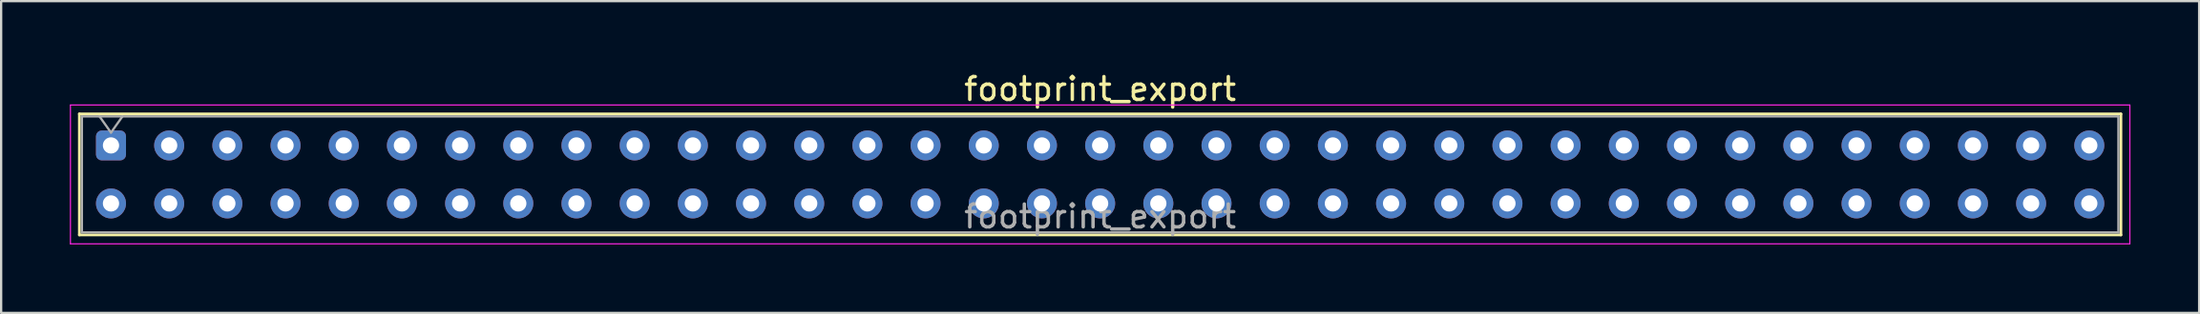
<source format=kicad_pcb>
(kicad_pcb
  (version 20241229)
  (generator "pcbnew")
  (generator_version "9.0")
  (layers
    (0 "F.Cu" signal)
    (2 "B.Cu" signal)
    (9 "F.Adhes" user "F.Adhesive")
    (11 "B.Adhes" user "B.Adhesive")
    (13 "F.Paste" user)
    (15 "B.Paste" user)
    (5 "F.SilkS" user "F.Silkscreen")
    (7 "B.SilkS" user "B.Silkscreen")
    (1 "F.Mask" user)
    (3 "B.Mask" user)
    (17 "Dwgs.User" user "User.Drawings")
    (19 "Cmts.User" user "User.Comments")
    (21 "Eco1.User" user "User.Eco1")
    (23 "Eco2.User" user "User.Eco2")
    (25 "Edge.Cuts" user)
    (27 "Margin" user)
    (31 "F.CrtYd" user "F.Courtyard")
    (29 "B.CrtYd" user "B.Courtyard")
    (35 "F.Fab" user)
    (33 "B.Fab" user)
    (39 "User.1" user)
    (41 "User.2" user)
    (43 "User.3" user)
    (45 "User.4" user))
  (footprint "footprint_export"
    (layer "F.Cu")
    (at 1.795 3.318)
    (property "Reference" "footprint_export" (at 43.18 -2.47 0) (layer "F.SilkS") (effects (font (size 1 1) (thickness 0.15))))
    (attr through_hole)
    (fp_line (start -1.38 -1.38) (end 87.74 -1.38) (stroke (width 0.12) (type solid)) (layer "F.SilkS"))
    (fp_line (start -1.38 3.92) (end -1.38 -1.38) (stroke (width 0.12) (type solid)) (layer "F.SilkS"))
    (fp_line (start 87.74 -1.38) (end 87.74 3.92) (stroke (width 0.12) (type solid)) (layer "F.SilkS"))
    (fp_line (start 87.74 3.92) (end -1.38 3.92) (stroke (width 0.12) (type solid)) (layer "F.SilkS"))
    (fp_line (start -1.77 -1.77) (end 88.13 -1.77) (stroke (width 0.05) (type solid)) (layer "F.CrtYd"))
    (fp_line (start -1.77 4.31) (end -1.77 -1.77) (stroke (width 0.05) (type solid)) (layer "F.CrtYd"))
    (fp_line (start 88.13 -1.77) (end 88.13 4.31) (stroke (width 0.05) (type solid)) (layer "F.CrtYd"))
    (fp_line (start 88.13 4.31) (end -1.77 4.31) (stroke (width 0.05) (type solid)) (layer "F.CrtYd"))
    (fp_line (start -1.27 -1.27) (end 87.63 -1.27) (stroke (width 0.1) (type solid)) (layer "F.Fab"))
    (fp_line (start -1.27 3.81) (end -1.27 -1.27) (stroke (width 0.1) (type solid)) (layer "F.Fab"))
    (fp_line (start -0.5 -1.27) (end 0 -0.563) (stroke (width 0.1) (type solid)) (layer "F.Fab"))
    (fp_line (start 0 -0.563) (end 0.5 -1.27) (stroke (width 0.1) (type solid)) (layer "F.Fab"))
    (fp_line (start 87.63 -1.27) (end 87.63 3.81) (stroke (width 0.1) (type solid)) (layer "F.Fab"))
    (fp_line (start 87.63 3.81) (end -1.27 3.81) (stroke (width 0.1) (type solid)) (layer "F.Fab"))
    (fp_text user "${REFERENCE}" (at 43.18 3.11 0) (layer "F.Fab") (effects (font (size 1 1) (thickness 0.15))))
    (pad "1" thru_hole roundrect (at 0 0) (size 1.31 1.31) (drill 0.71) (layers "*.Cu" "*.Mask") (roundrect_rratio 0.191))
    (pad "2" thru_hole circle (at 0 2.54) (size 1.31 1.31) (drill 0.71) (layers "*.Cu" "*.Mask"))
    (pad "3" thru_hole circle (at 2.54 0) (size 1.31 1.31) (drill 0.71) (layers "*.Cu" "*.Mask"))
    (pad "4" thru_hole circle (at 2.54 2.54) (size 1.31 1.31) (drill 0.71) (layers "*.Cu" "*.Mask"))
    (pad "5" thru_hole circle (at 5.08 0) (size 1.31 1.31) (drill 0.71) (layers "*.Cu" "*.Mask"))
    (pad "6" thru_hole circle (at 5.08 2.54) (size 1.31 1.31) (drill 0.71) (layers "*.Cu" "*.Mask"))
    (pad "7" thru_hole circle (at 7.62 0) (size 1.31 1.31) (drill 0.71) (layers "*.Cu" "*.Mask"))
    (pad "8" thru_hole circle (at 7.62 2.54) (size 1.31 1.31) (drill 0.71) (layers "*.Cu" "*.Mask"))
    (pad "9" thru_hole circle (at 10.16 0) (size 1.31 1.31) (drill 0.71) (layers "*.Cu" "*.Mask"))
    (pad "10" thru_hole circle (at 10.16 2.54) (size 1.31 1.31) (drill 0.71) (layers "*.Cu" "*.Mask"))
    (pad "11" thru_hole circle (at 12.7 0) (size 1.31 1.31) (drill 0.71) (layers "*.Cu" "*.Mask"))
    (pad "12" thru_hole circle (at 12.7 2.54) (size 1.31 1.31) (drill 0.71) (layers "*.Cu" "*.Mask"))
    (pad "13" thru_hole circle (at 15.24 0) (size 1.31 1.31) (drill 0.71) (layers "*.Cu" "*.Mask"))
    (pad "14" thru_hole circle (at 15.24 2.54) (size 1.31 1.31) (drill 0.71) (layers "*.Cu" "*.Mask"))
    (pad "15" thru_hole circle (at 17.78 0) (size 1.31 1.31) (drill 0.71) (layers "*.Cu" "*.Mask"))
    (pad "16" thru_hole circle (at 17.78 2.54) (size 1.31 1.31) (drill 0.71) (layers "*.Cu" "*.Mask"))
    (pad "17" thru_hole circle (at 20.32 0) (size 1.31 1.31) (drill 0.71) (layers "*.Cu" "*.Mask"))
    (pad "18" thru_hole circle (at 20.32 2.54) (size 1.31 1.31) (drill 0.71) (layers "*.Cu" "*.Mask"))
    (pad "19" thru_hole circle (at 22.86 0) (size 1.31 1.31) (drill 0.71) (layers "*.Cu" "*.Mask"))
    (pad "20" thru_hole circle (at 22.86 2.54) (size 1.31 1.31) (drill 0.71) (layers "*.Cu" "*.Mask"))
    (pad "21" thru_hole circle (at 25.4 0) (size 1.31 1.31) (drill 0.71) (layers "*.Cu" "*.Mask"))
    (pad "22" thru_hole circle (at 25.4 2.54) (size 1.31 1.31) (drill 0.71) (layers "*.Cu" "*.Mask"))
    (pad "23" thru_hole circle (at 27.94 0) (size 1.31 1.31) (drill 0.71) (layers "*.Cu" "*.Mask"))
    (pad "24" thru_hole circle (at 27.94 2.54) (size 1.31 1.31) (drill 0.71) (layers "*.Cu" "*.Mask"))
    (pad "25" thru_hole circle (at 30.48 0) (size 1.31 1.31) (drill 0.71) (layers "*.Cu" "*.Mask"))
    (pad "26" thru_hole circle (at 30.48 2.54) (size 1.31 1.31) (drill 0.71) (layers "*.Cu" "*.Mask"))
    (pad "27" thru_hole circle (at 33.02 0) (size 1.31 1.31) (drill 0.71) (layers "*.Cu" "*.Mask"))
    (pad "28" thru_hole circle (at 33.02 2.54) (size 1.31 1.31) (drill 0.71) (layers "*.Cu" "*.Mask"))
    (pad "29" thru_hole circle (at 35.56 0) (size 1.31 1.31) (drill 0.71) (layers "*.Cu" "*.Mask"))
    (pad "30" thru_hole circle (at 35.56 2.54) (size 1.31 1.31) (drill 0.71) (layers "*.Cu" "*.Mask"))
    (pad "31" thru_hole circle (at 38.1 0) (size 1.31 1.31) (drill 0.71) (layers "*.Cu" "*.Mask"))
    (pad "32" thru_hole circle (at 38.1 2.54) (size 1.31 1.31) (drill 0.71) (layers "*.Cu" "*.Mask"))
    (pad "33" thru_hole circle (at 40.64 0) (size 1.31 1.31) (drill 0.71) (layers "*.Cu" "*.Mask"))
    (pad "34" thru_hole circle (at 40.64 2.54) (size 1.31 1.31) (drill 0.71) (layers "*.Cu" "*.Mask"))
    (pad "35" thru_hole circle (at 43.18 0) (size 1.31 1.31) (drill 0.71) (layers "*.Cu" "*.Mask"))
    (pad "36" thru_hole circle (at 43.18 2.54) (size 1.31 1.31) (drill 0.71) (layers "*.Cu" "*.Mask"))
    (pad "37" thru_hole circle (at 45.72 0) (size 1.31 1.31) (drill 0.71) (layers "*.Cu" "*.Mask"))
    (pad "38" thru_hole circle (at 45.72 2.54) (size 1.31 1.31) (drill 0.71) (layers "*.Cu" "*.Mask"))
    (pad "39" thru_hole circle (at 48.26 0) (size 1.31 1.31) (drill 0.71) (layers "*.Cu" "*.Mask"))
    (pad "40" thru_hole circle (at 48.26 2.54) (size 1.31 1.31) (drill 0.71) (layers "*.Cu" "*.Mask"))
    (pad "41" thru_hole circle (at 50.8 0) (size 1.31 1.31) (drill 0.71) (layers "*.Cu" "*.Mask"))
    (pad "42" thru_hole circle (at 50.8 2.54) (size 1.31 1.31) (drill 0.71) (layers "*.Cu" "*.Mask"))
    (pad "43" thru_hole circle (at 53.34 0) (size 1.31 1.31) (drill 0.71) (layers "*.Cu" "*.Mask"))
    (pad "44" thru_hole circle (at 53.34 2.54) (size 1.31 1.31) (drill 0.71) (layers "*.Cu" "*.Mask"))
    (pad "45" thru_hole circle (at 55.88 0) (size 1.31 1.31) (drill 0.71) (layers "*.Cu" "*.Mask"))
    (pad "46" thru_hole circle (at 55.88 2.54) (size 1.31 1.31) (drill 0.71) (layers "*.Cu" "*.Mask"))
    (pad "47" thru_hole circle (at 58.42 0) (size 1.31 1.31) (drill 0.71) (layers "*.Cu" "*.Mask"))
    (pad "48" thru_hole circle (at 58.42 2.54) (size 1.31 1.31) (drill 0.71) (layers "*.Cu" "*.Mask"))
    (pad "49" thru_hole circle (at 60.96 0) (size 1.31 1.31) (drill 0.71) (layers "*.Cu" "*.Mask"))
    (pad "50" thru_hole circle (at 60.96 2.54) (size 1.31 1.31) (drill 0.71) (layers "*.Cu" "*.Mask"))
    (pad "51" thru_hole circle (at 63.5 0) (size 1.31 1.31) (drill 0.71) (layers "*.Cu" "*.Mask"))
    (pad "52" thru_hole circle (at 63.5 2.54) (size 1.31 1.31) (drill 0.71) (layers "*.Cu" "*.Mask"))
    (pad "53" thru_hole circle (at 66.04 0) (size 1.31 1.31) (drill 0.71) (layers "*.Cu" "*.Mask"))
    (pad "54" thru_hole circle (at 66.04 2.54) (size 1.31 1.31) (drill 0.71) (layers "*.Cu" "*.Mask"))
    (pad "55" thru_hole circle (at 68.58 0) (size 1.31 1.31) (drill 0.71) (layers "*.Cu" "*.Mask"))
    (pad "56" thru_hole circle (at 68.58 2.54) (size 1.31 1.31) (drill 0.71) (layers "*.Cu" "*.Mask"))
    (pad "57" thru_hole circle (at 71.12 0) (size 1.31 1.31) (drill 0.71) (layers "*.Cu" "*.Mask"))
    (pad "58" thru_hole circle (at 71.12 2.54) (size 1.31 1.31) (drill 0.71) (layers "*.Cu" "*.Mask"))
    (pad "59" thru_hole circle (at 73.66 0) (size 1.31 1.31) (drill 0.71) (layers "*.Cu" "*.Mask"))
    (pad "60" thru_hole circle (at 73.66 2.54) (size 1.31 1.31) (drill 0.71) (layers "*.Cu" "*.Mask"))
    (pad "61" thru_hole circle (at 76.2 0) (size 1.31 1.31) (drill 0.71) (layers "*.Cu" "*.Mask"))
    (pad "62" thru_hole circle (at 76.2 2.54) (size 1.31 1.31) (drill 0.71) (layers "*.Cu" "*.Mask"))
    (pad "63" thru_hole circle (at 78.74 0) (size 1.31 1.31) (drill 0.71) (layers "*.Cu" "*.Mask"))
    (pad "64" thru_hole circle (at 78.74 2.54) (size 1.31 1.31) (drill 0.71) (layers "*.Cu" "*.Mask"))
    (pad "65" thru_hole circle (at 81.28 0) (size 1.31 1.31) (drill 0.71) (layers "*.Cu" "*.Mask"))
    (pad "66" thru_hole circle (at 81.28 2.54) (size 1.31 1.31) (drill 0.71) (layers "*.Cu" "*.Mask"))
    (pad "67" thru_hole circle (at 83.82 0) (size 1.31 1.31) (drill 0.71) (layers "*.Cu" "*.Mask"))
    (pad "68" thru_hole circle (at 83.82 2.54) (size 1.31 1.31) (drill 0.71) (layers "*.Cu" "*.Mask"))
    (pad "69" thru_hole circle (at 86.36 0) (size 1.31 1.31) (drill 0.71) (layers "*.Cu" "*.Mask"))
    (pad "70" thru_hole circle (at 86.36 2.54) (size 1.31 1.31) (drill 0.71) (layers "*.Cu" "*.Mask")))
  (gr_rect
    (start -3 -3)
    (end 92.95 10.653)
    (stroke (width 0.1) (type default))
    (fill no)
    (layer "Edge.Cuts")))
</source>
